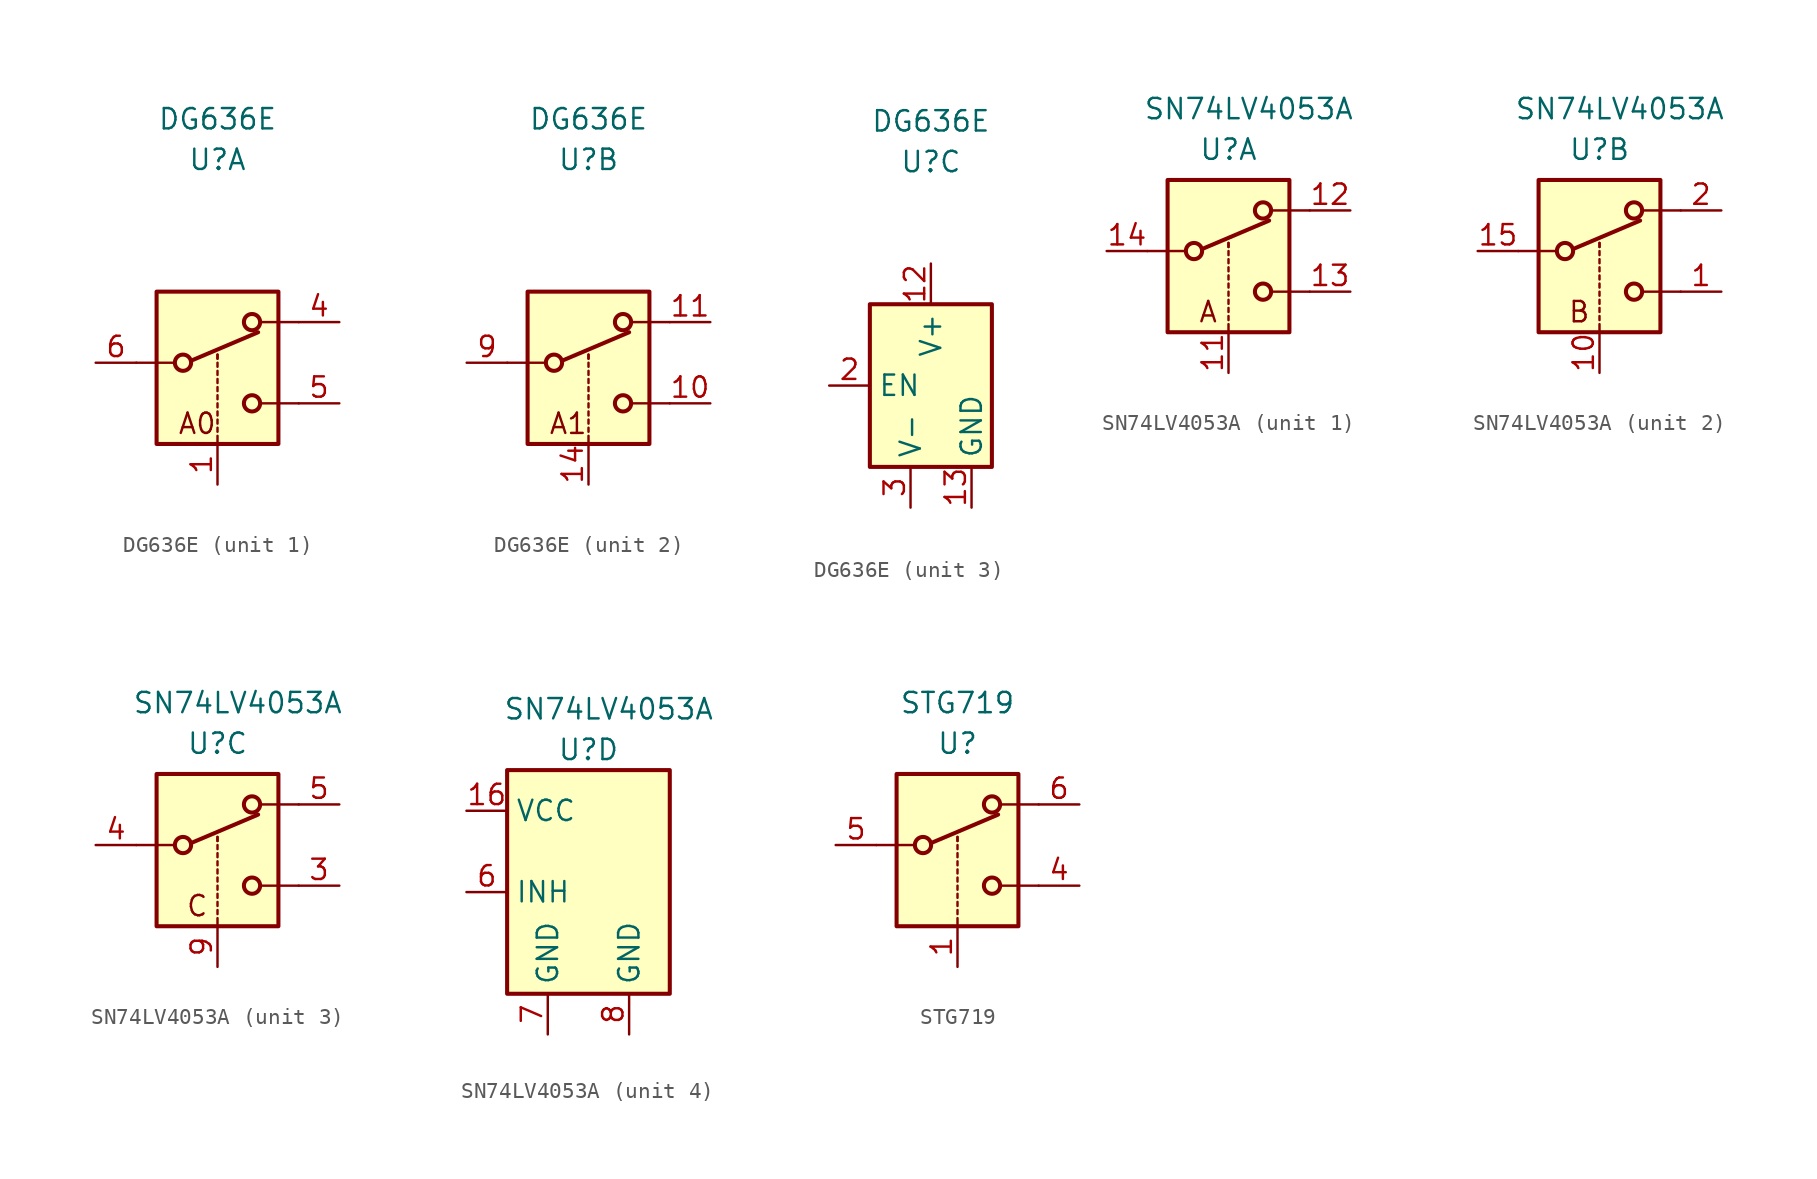
<source format=kicad_sym>
(kicad_symbol_lib
  (version 20211014)
  (generator kicad_symbol_editor)
  (symbol "DG636E"
    (property "Reference" "U"
      (at 0 12.7 0)
      (effects (font (size 1.27 1.27))))
    (property "Value" "DG636E"
      (at 0 15.24 0)
      (effects (font (size 1.27 1.27))))
    (symbol "DG636E_1_1"
      (rectangle (start -3.81 4.445) (end 3.81 -5.08) (stroke (width 0.254) (type default) (color 0 0 0 0)) (fill (type background)))
      (circle (center -2.159 0) (radius 0.508) (stroke (width 0.254) (type default) (color 0 0 0 0)) (fill (type none)))
      (polyline (pts (xy -5.08 0) (xy -2.794 0)) (stroke (width 0) (type default) (color 0 0 0 0)) (fill (type none)))
      (polyline (pts (xy -1.651 0.127) (xy 2.54 1.905)) (stroke (width 0.254) (type default) (color 0 0 0 0)) (fill (type none)))
      (polyline (pts (xy 0 -5.08) (xy 0 -4.572)) (stroke (width 0) (type default) (color 0 0 0 0)) (fill (type none)))
      (polyline (pts (xy 0 -4.318) (xy 0 -4.064)) (stroke (width 0) (type default) (color 0 0 0 0)) (fill (type none)))
      (polyline (pts (xy 0 -3.81) (xy 0 -3.556)) (stroke (width 0) (type default) (color 0 0 0 0)) (fill (type none)))
      (polyline (pts (xy 0 -3.302) (xy 0 -3.048)) (stroke (width 0) (type default) (color 0 0 0 0)) (fill (type none)))
      (polyline (pts (xy 0 -2.794) (xy 0 -2.54)) (stroke (width 0) (type default) (color 0 0 0 0)) (fill (type none)))
      (polyline (pts (xy 0 -2.286) (xy 0 -2.032)) (stroke (width 0) (type default) (color 0 0 0 0)) (fill (type none)))
      (polyline (pts (xy 0 -1.778) (xy 0 -1.524)) (stroke (width 0) (type default) (color 0 0 0 0)) (fill (type none)))
      (polyline (pts (xy 0 -1.27) (xy 0 -1.016)) (stroke (width 0) (type default) (color 0 0 0 0)) (fill (type none)))
      (polyline (pts (xy 0 -0.762) (xy 0 -0.508)) (stroke (width 0) (type default) (color 0 0 0 0)) (fill (type none)))
      (polyline (pts (xy 0 -0.254) (xy 0 0)) (stroke (width 0) (type default) (color 0 0 0 0)) (fill (type none)))
      (polyline (pts (xy 0 0.254) (xy 0 0.508)) (stroke (width 0) (type default) (color 0 0 0 0)) (fill (type none)))
      (polyline (pts (xy 0 0.254) (xy 0 0.508)) (stroke (width 0) (type default) (color 0 0 0 0)) (fill (type none)))
      (polyline (pts (xy 5.08 -2.54) (xy 2.794 -2.54)) (stroke (width 0) (type default) (color 0 0 0 0)) (fill (type none)))
      (polyline (pts (xy 5.08 2.54) (xy 2.794 2.54)) (stroke (width 0) (type default) (color 0 0 0 0)) (fill (type none)))
      (circle (center 2.159 -2.54) (radius 0.508) (stroke (width 0.254) (type default) (color 0 0 0 0)) (fill (type none)))
      (circle (center 2.159 2.54) (radius 0.508) (stroke (width 0.254) (type default) (color 0 0 0 0)) (fill (type none)))
      (text "A0" (at -1.27 -3.81 0) (effects (font (size 1.27 1.27))))
      (pin input line (at 0 -7.62 90) (length 2.54) (name "~" (effects (font (size 1.27 1.27)))) (number "1" (effects (font (size 1.27 1.27)))))
      (pin passive line (at 7.62 2.54 180) (length 2.54) (name "~" (effects (font (size 1.27 1.27)))) (number "4" (effects (font (size 1.27 1.27)))))
      (pin passive line (at 7.62 -2.54 180) (length 2.54) (name "~" (effects (font (size 1.27 1.27)))) (number "5" (effects (font (size 1.27 1.27)))))
      (pin passive line (at -7.62 0 0) (length 2.54) (name "~" (effects (font (size 1.27 1.27)))) (number "6" (effects (font (size 1.27 1.27))))))
    (symbol "DG636E_2_1"
      (rectangle (start -3.81 4.445) (end 3.81 -5.08) (stroke (width 0.254) (type default) (color 0 0 0 0)) (fill (type background)))
      (circle (center -2.159 0) (radius 0.508) (stroke (width 0.254) (type default) (color 0 0 0 0)) (fill (type none)))
      (polyline (pts (xy -5.08 0) (xy -2.794 0)) (stroke (width 0) (type default) (color 0 0 0 0)) (fill (type none)))
      (polyline (pts (xy -1.651 0.127) (xy 2.54 1.905)) (stroke (width 0.254) (type default) (color 0 0 0 0)) (fill (type none)))
      (polyline (pts (xy 0 -5.08) (xy 0 -4.572)) (stroke (width 0) (type default) (color 0 0 0 0)) (fill (type none)))
      (polyline (pts (xy 0 -4.318) (xy 0 -4.064)) (stroke (width 0) (type default) (color 0 0 0 0)) (fill (type none)))
      (polyline (pts (xy 0 -3.81) (xy 0 -3.556)) (stroke (width 0) (type default) (color 0 0 0 0)) (fill (type none)))
      (polyline (pts (xy 0 -3.302) (xy 0 -3.048)) (stroke (width 0) (type default) (color 0 0 0 0)) (fill (type none)))
      (polyline (pts (xy 0 -2.794) (xy 0 -2.54)) (stroke (width 0) (type default) (color 0 0 0 0)) (fill (type none)))
      (polyline (pts (xy 0 -2.286) (xy 0 -2.032)) (stroke (width 0) (type default) (color 0 0 0 0)) (fill (type none)))
      (polyline (pts (xy 0 -1.778) (xy 0 -1.524)) (stroke (width 0) (type default) (color 0 0 0 0)) (fill (type none)))
      (polyline (pts (xy 0 -1.27) (xy 0 -1.016)) (stroke (width 0) (type default) (color 0 0 0 0)) (fill (type none)))
      (polyline (pts (xy 0 -0.762) (xy 0 -0.508)) (stroke (width 0) (type default) (color 0 0 0 0)) (fill (type none)))
      (polyline (pts (xy 0 -0.254) (xy 0 0)) (stroke (width 0) (type default) (color 0 0 0 0)) (fill (type none)))
      (polyline (pts (xy 0 0.254) (xy 0 0.508)) (stroke (width 0) (type default) (color 0 0 0 0)) (fill (type none)))
      (polyline (pts (xy 0 0.254) (xy 0 0.508)) (stroke (width 0) (type default) (color 0 0 0 0)) (fill (type none)))
      (polyline (pts (xy 5.08 -2.54) (xy 2.794 -2.54)) (stroke (width 0) (type default) (color 0 0 0 0)) (fill (type none)))
      (polyline (pts (xy 5.08 2.54) (xy 2.794 2.54)) (stroke (width 0) (type default) (color 0 0 0 0)) (fill (type none)))
      (circle (center 2.159 -2.54) (radius 0.508) (stroke (width 0.254) (type default) (color 0 0 0 0)) (fill (type none)))
      (circle (center 2.159 2.54) (radius 0.508) (stroke (width 0.254) (type default) (color 0 0 0 0)) (fill (type none)))
      (text "A1" (at -1.27 -3.81 0) (effects (font (size 1.27 1.27))))
      (pin passive line (at 7.62 -2.54 180) (length 2.54) (name "~" (effects (font (size 1.27 1.27)))) (number "10" (effects (font (size 1.27 1.27)))))
      (pin passive line (at 7.62 2.54 180) (length 2.54) (name "~" (effects (font (size 1.27 1.27)))) (number "11" (effects (font (size 1.27 1.27)))))
      (pin input line (at 0 -7.62 90) (length 2.54) (name "~" (effects (font (size 1.27 1.27)))) (number "14" (effects (font (size 1.27 1.27)))))
      (pin passive line (at -7.62 0 0) (length 2.54) (name "~" (effects (font (size 1.27 1.27)))) (number "9" (effects (font (size 1.27 1.27))))))
    (symbol "DG636E_3_1"
      (rectangle (start -3.81 3.81) (end 3.81 -6.35) (stroke (width 0.254) (type default) (color 0 0 0 0)) (fill (type background)))
      (pin passive line (at 0 6.35 270) (length 2.54) (name "V+" (effects (font (size 1.27 1.27)))) (number "12" (effects (font (size 1.27 1.27)))))
      (pin passive line (at 2.54 -8.89 90) (length 2.54) (name "GND" (effects (font (size 1.27 1.27)))) (number "13" (effects (font (size 1.27 1.27)))))
      (pin passive line (at -6.35 -1.27 0) (length 2.54) (name "EN" (effects (font (size 1.27 1.27)))) (number "2" (effects (font (size 1.27 1.27)))))
      (pin passive line (at -1.27 -8.89 90) (length 2.54) (name "V-" (effects (font (size 1.27 1.27)))) (number "3" (effects (font (size 1.27 1.27)))))))
  (symbol "SN74LV4053A"
    (property "Reference" "U"
      (at 0 6.35 0)
      (effects (font (size 1.27 1.27))))
    (property "Value" "SN74LV4053A"
      (at 1.27 8.89 0)
      (effects (font (size 1.27 1.27))))
    (symbol "SN74LV4053A_1_1"
      (rectangle (start -3.81 4.445) (end 3.81 -5.08) (stroke (width 0.254) (type default) (color 0 0 0 0)) (fill (type background)))
      (circle (center -2.159 0) (radius 0.508) (stroke (width 0.254) (type default) (color 0 0 0 0)) (fill (type none)))
      (polyline (pts (xy -5.08 0) (xy -2.794 0)) (stroke (width 0) (type default) (color 0 0 0 0)) (fill (type none)))
      (polyline (pts (xy -1.651 0.127) (xy 2.54 1.905)) (stroke (width 0.254) (type default) (color 0 0 0 0)) (fill (type none)))
      (polyline (pts (xy 0 -5.08) (xy 0 -4.572)) (stroke (width 0) (type default) (color 0 0 0 0)) (fill (type none)))
      (polyline (pts (xy 0 -4.318) (xy 0 -4.064)) (stroke (width 0) (type default) (color 0 0 0 0)) (fill (type none)))
      (polyline (pts (xy 0 -3.81) (xy 0 -3.556)) (stroke (width 0) (type default) (color 0 0 0 0)) (fill (type none)))
      (polyline (pts (xy 0 -3.302) (xy 0 -3.048)) (stroke (width 0) (type default) (color 0 0 0 0)) (fill (type none)))
      (polyline (pts (xy 0 -2.794) (xy 0 -2.54)) (stroke (width 0) (type default) (color 0 0 0 0)) (fill (type none)))
      (polyline (pts (xy 0 -2.286) (xy 0 -2.032)) (stroke (width 0) (type default) (color 0 0 0 0)) (fill (type none)))
      (polyline (pts (xy 0 -1.778) (xy 0 -1.524)) (stroke (width 0) (type default) (color 0 0 0 0)) (fill (type none)))
      (polyline (pts (xy 0 -1.27) (xy 0 -1.016)) (stroke (width 0) (type default) (color 0 0 0 0)) (fill (type none)))
      (polyline (pts (xy 0 -0.762) (xy 0 -0.508)) (stroke (width 0) (type default) (color 0 0 0 0)) (fill (type none)))
      (polyline (pts (xy 0 -0.254) (xy 0 0)) (stroke (width 0) (type default) (color 0 0 0 0)) (fill (type none)))
      (polyline (pts (xy 0 0.254) (xy 0 0.508)) (stroke (width 0) (type default) (color 0 0 0 0)) (fill (type none)))
      (polyline (pts (xy 0 0.254) (xy 0 0.508)) (stroke (width 0) (type default) (color 0 0 0 0)) (fill (type none)))
      (polyline (pts (xy 5.08 -2.54) (xy 2.794 -2.54)) (stroke (width 0) (type default) (color 0 0 0 0)) (fill (type none)))
      (polyline (pts (xy 5.08 2.54) (xy 2.794 2.54)) (stroke (width 0) (type default) (color 0 0 0 0)) (fill (type none)))
      (circle (center 2.159 -2.54) (radius 0.508) (stroke (width 0.254) (type default) (color 0 0 0 0)) (fill (type none)))
      (circle (center 2.159 2.54) (radius 0.508) (stroke (width 0.254) (type default) (color 0 0 0 0)) (fill (type none)))
      (text "A" (at -1.27 -3.81 0) (effects (font (size 1.27 1.27))))
      (pin input line (at 0 -7.62 90) (length 2.54) (name "~" (effects (font (size 1.27 1.27)))) (number "11" (effects (font (size 1.27 1.27)))))
      (pin passive line (at 7.62 2.54 180) (length 2.54) (name "~" (effects (font (size 1.27 1.27)))) (number "12" (effects (font (size 1.27 1.27)))))
      (pin passive line (at 7.62 -2.54 180) (length 2.54) (name "~" (effects (font (size 1.27 1.27)))) (number "13" (effects (font (size 1.27 1.27)))))
      (pin passive line (at -7.62 0 0) (length 2.54) (name "~" (effects (font (size 1.27 1.27)))) (number "14" (effects (font (size 1.27 1.27))))))
    (symbol "SN74LV4053A_2_1"
      (rectangle (start -3.81 4.445) (end 3.81 -5.08) (stroke (width 0.254) (type default) (color 0 0 0 0)) (fill (type background)))
      (circle (center -2.159 0) (radius 0.508) (stroke (width 0.254) (type default) (color 0 0 0 0)) (fill (type none)))
      (polyline (pts (xy -5.08 0) (xy -2.794 0)) (stroke (width 0) (type default) (color 0 0 0 0)) (fill (type none)))
      (polyline (pts (xy -1.651 0.127) (xy 2.54 1.905)) (stroke (width 0.254) (type default) (color 0 0 0 0)) (fill (type none)))
      (polyline (pts (xy 0 -5.08) (xy 0 -4.572)) (stroke (width 0) (type default) (color 0 0 0 0)) (fill (type none)))
      (polyline (pts (xy 0 -4.318) (xy 0 -4.064)) (stroke (width 0) (type default) (color 0 0 0 0)) (fill (type none)))
      (polyline (pts (xy 0 -3.81) (xy 0 -3.556)) (stroke (width 0) (type default) (color 0 0 0 0)) (fill (type none)))
      (polyline (pts (xy 0 -3.302) (xy 0 -3.048)) (stroke (width 0) (type default) (color 0 0 0 0)) (fill (type none)))
      (polyline (pts (xy 0 -2.794) (xy 0 -2.54)) (stroke (width 0) (type default) (color 0 0 0 0)) (fill (type none)))
      (polyline (pts (xy 0 -2.286) (xy 0 -2.032)) (stroke (width 0) (type default) (color 0 0 0 0)) (fill (type none)))
      (polyline (pts (xy 0 -1.778) (xy 0 -1.524)) (stroke (width 0) (type default) (color 0 0 0 0)) (fill (type none)))
      (polyline (pts (xy 0 -1.27) (xy 0 -1.016)) (stroke (width 0) (type default) (color 0 0 0 0)) (fill (type none)))
      (polyline (pts (xy 0 -0.762) (xy 0 -0.508)) (stroke (width 0) (type default) (color 0 0 0 0)) (fill (type none)))
      (polyline (pts (xy 0 -0.254) (xy 0 0)) (stroke (width 0) (type default) (color 0 0 0 0)) (fill (type none)))
      (polyline (pts (xy 0 0.254) (xy 0 0.508)) (stroke (width 0) (type default) (color 0 0 0 0)) (fill (type none)))
      (polyline (pts (xy 0 0.254) (xy 0 0.508)) (stroke (width 0) (type default) (color 0 0 0 0)) (fill (type none)))
      (polyline (pts (xy 5.08 -2.54) (xy 2.794 -2.54)) (stroke (width 0) (type default) (color 0 0 0 0)) (fill (type none)))
      (polyline (pts (xy 5.08 2.54) (xy 2.794 2.54)) (stroke (width 0) (type default) (color 0 0 0 0)) (fill (type none)))
      (circle (center 2.159 -2.54) (radius 0.508) (stroke (width 0.254) (type default) (color 0 0 0 0)) (fill (type none)))
      (circle (center 2.159 2.54) (radius 0.508) (stroke (width 0.254) (type default) (color 0 0 0 0)) (fill (type none)))
      (text "B" (at -1.27 -3.81 0) (effects (font (size 1.27 1.27))))
      (pin passive line (at 7.62 -2.54 180) (length 2.54) (name "~" (effects (font (size 1.27 1.27)))) (number "1" (effects (font (size 1.27 1.27)))))
      (pin input line (at 0 -7.62 90) (length 2.54) (name "~" (effects (font (size 1.27 1.27)))) (number "10" (effects (font (size 1.27 1.27)))))
      (pin passive line (at -7.62 0 0) (length 2.54) (name "~" (effects (font (size 1.27 1.27)))) (number "15" (effects (font (size 1.27 1.27)))))
      (pin passive line (at 7.62 2.54 180) (length 2.54) (name "~" (effects (font (size 1.27 1.27)))) (number "2" (effects (font (size 1.27 1.27))))))
    (symbol "SN74LV4053A_3_1"
      (rectangle (start -3.81 4.445) (end 3.81 -5.08) (stroke (width 0.254) (type default) (color 0 0 0 0)) (fill (type background)))
      (circle (center -2.159 0) (radius 0.508) (stroke (width 0.254) (type default) (color 0 0 0 0)) (fill (type none)))
      (polyline (pts (xy -5.08 0) (xy -2.794 0)) (stroke (width 0) (type default) (color 0 0 0 0)) (fill (type none)))
      (polyline (pts (xy -1.651 0.127) (xy 2.54 1.905)) (stroke (width 0.254) (type default) (color 0 0 0 0)) (fill (type none)))
      (polyline (pts (xy 0 -5.08) (xy 0 -4.572)) (stroke (width 0) (type default) (color 0 0 0 0)) (fill (type none)))
      (polyline (pts (xy 0 -4.318) (xy 0 -4.064)) (stroke (width 0) (type default) (color 0 0 0 0)) (fill (type none)))
      (polyline (pts (xy 0 -3.81) (xy 0 -3.556)) (stroke (width 0) (type default) (color 0 0 0 0)) (fill (type none)))
      (polyline (pts (xy 0 -3.302) (xy 0 -3.048)) (stroke (width 0) (type default) (color 0 0 0 0)) (fill (type none)))
      (polyline (pts (xy 0 -2.794) (xy 0 -2.54)) (stroke (width 0) (type default) (color 0 0 0 0)) (fill (type none)))
      (polyline (pts (xy 0 -2.286) (xy 0 -2.032)) (stroke (width 0) (type default) (color 0 0 0 0)) (fill (type none)))
      (polyline (pts (xy 0 -1.778) (xy 0 -1.524)) (stroke (width 0) (type default) (color 0 0 0 0)) (fill (type none)))
      (polyline (pts (xy 0 -1.27) (xy 0 -1.016)) (stroke (width 0) (type default) (color 0 0 0 0)) (fill (type none)))
      (polyline (pts (xy 0 -0.762) (xy 0 -0.508)) (stroke (width 0) (type default) (color 0 0 0 0)) (fill (type none)))
      (polyline (pts (xy 0 -0.254) (xy 0 0)) (stroke (width 0) (type default) (color 0 0 0 0)) (fill (type none)))
      (polyline (pts (xy 0 0.254) (xy 0 0.508)) (stroke (width 0) (type default) (color 0 0 0 0)) (fill (type none)))
      (polyline (pts (xy 0 0.254) (xy 0 0.508)) (stroke (width 0) (type default) (color 0 0 0 0)) (fill (type none)))
      (polyline (pts (xy 5.08 -2.54) (xy 2.794 -2.54)) (stroke (width 0) (type default) (color 0 0 0 0)) (fill (type none)))
      (polyline (pts (xy 5.08 2.54) (xy 2.794 2.54)) (stroke (width 0) (type default) (color 0 0 0 0)) (fill (type none)))
      (circle (center 2.159 -2.54) (radius 0.508) (stroke (width 0.254) (type default) (color 0 0 0 0)) (fill (type none)))
      (circle (center 2.159 2.54) (radius 0.508) (stroke (width 0.254) (type default) (color 0 0 0 0)) (fill (type none)))
      (text "C" (at -1.27 -3.81 0) (effects (font (size 1.27 1.27))))
      (pin passive line (at 7.62 -2.54 180) (length 2.54) (name "~" (effects (font (size 1.27 1.27)))) (number "3" (effects (font (size 1.27 1.27)))))
      (pin passive line (at -7.62 0 0) (length 2.54) (name "~" (effects (font (size 1.27 1.27)))) (number "4" (effects (font (size 1.27 1.27)))))
      (pin passive line (at 7.62 2.54 180) (length 2.54) (name "~" (effects (font (size 1.27 1.27)))) (number "5" (effects (font (size 1.27 1.27)))))
      (pin input line (at 0 -7.62 90) (length 2.54) (name "~" (effects (font (size 1.27 1.27)))) (number "9" (effects (font (size 1.27 1.27))))))
    (symbol "SN74LV4053A_4_1"
      (rectangle (start -5.08 5.08) (end 5.08 -8.89) (stroke (width 0.254) (type default) (color 0 0 0 0)) (fill (type background)))
      (pin passive line (at -7.62 2.54 0) (length 2.54) (name "VCC" (effects (font (size 1.27 1.27)))) (number "16" (effects (font (size 1.27 1.27)))))
      (pin passive line (at -7.62 -2.54 0) (length 2.54) (name "INH" (effects (font (size 1.27 1.27)))) (number "6" (effects (font (size 1.27 1.27)))))
      (pin passive line (at -2.54 -11.43 90) (length 2.54) (name "GND" (effects (font (size 1.27 1.27)))) (number "7" (effects (font (size 1.27 1.27)))))
      (pin passive line (at 2.54 -11.43 90) (length 2.54) (name "GND" (effects (font (size 1.27 1.27)))) (number "8" (effects (font (size 1.27 1.27)))))))
  (symbol "STG719"
    (property "Reference" "U"
      (at 0 6.35 0)
      (effects (font (size 1.27 1.27))))
    (property "Value" "STG719"
      (at 0 8.89 0)
      (effects (font (size 1.27 1.27))))
    (symbol "STG719_1_1"
      (rectangle (start -3.81 4.445) (end 3.81 -5.08) (stroke (width 0.254) (type default) (color 0 0 0 0)) (fill (type background)))
      (circle (center -2.159 0) (radius 0.508) (stroke (width 0.254) (type default) (color 0 0 0 0)) (fill (type none)))
      (polyline (pts (xy -5.08 0) (xy -2.794 0)) (stroke (width 0) (type default) (color 0 0 0 0)) (fill (type none)))
      (polyline (pts (xy -1.651 0.127) (xy 2.54 1.905)) (stroke (width 0.254) (type default) (color 0 0 0 0)) (fill (type none)))
      (polyline (pts (xy 0 -5.08) (xy 0 -4.572)) (stroke (width 0) (type default) (color 0 0 0 0)) (fill (type none)))
      (polyline (pts (xy 0 -4.318) (xy 0 -4.064)) (stroke (width 0) (type default) (color 0 0 0 0)) (fill (type none)))
      (polyline (pts (xy 0 -3.81) (xy 0 -3.556)) (stroke (width 0) (type default) (color 0 0 0 0)) (fill (type none)))
      (polyline (pts (xy 0 -3.302) (xy 0 -3.048)) (stroke (width 0) (type default) (color 0 0 0 0)) (fill (type none)))
      (polyline (pts (xy 0 -2.794) (xy 0 -2.54)) (stroke (width 0) (type default) (color 0 0 0 0)) (fill (type none)))
      (polyline (pts (xy 0 -2.286) (xy 0 -2.032)) (stroke (width 0) (type default) (color 0 0 0 0)) (fill (type none)))
      (polyline (pts (xy 0 -1.778) (xy 0 -1.524)) (stroke (width 0) (type default) (color 0 0 0 0)) (fill (type none)))
      (polyline (pts (xy 0 -1.27) (xy 0 -1.016)) (stroke (width 0) (type default) (color 0 0 0 0)) (fill (type none)))
      (polyline (pts (xy 0 -0.762) (xy 0 -0.508)) (stroke (width 0) (type default) (color 0 0 0 0)) (fill (type none)))
      (polyline (pts (xy 0 -0.254) (xy 0 0)) (stroke (width 0) (type default) (color 0 0 0 0)) (fill (type none)))
      (polyline (pts (xy 0 0.254) (xy 0 0.508)) (stroke (width 0) (type default) (color 0 0 0 0)) (fill (type none)))
      (polyline (pts (xy 0 0.254) (xy 0 0.508)) (stroke (width 0) (type default) (color 0 0 0 0)) (fill (type none)))
      (polyline (pts (xy 5.08 -2.54) (xy 2.794 -2.54)) (stroke (width 0) (type default) (color 0 0 0 0)) (fill (type none)))
      (polyline (pts (xy 5.08 2.54) (xy 2.794 2.54)) (stroke (width 0) (type default) (color 0 0 0 0)) (fill (type none)))
      (circle (center 2.159 -2.54) (radius 0.508) (stroke (width 0.254) (type default) (color 0 0 0 0)) (fill (type none)))
      (circle (center 2.159 2.54) (radius 0.508) (stroke (width 0.254) (type default) (color 0 0 0 0)) (fill (type none)))
      (pin input line (at 0 -7.62 90) (length 2.54) (name "~" (effects (font (size 1.27 1.27)))) (number "1" (effects (font (size 1.27 1.27)))))
      (pin passive line (at 7.62 -2.54 180) (length 2.54) (name "~" (effects (font (size 1.27 1.27)))) (number "4" (effects (font (size 1.27 1.27)))))
      (pin passive line (at -7.62 0 0) (length 2.54) (name "~" (effects (font (size 1.27 1.27)))) (number "5" (effects (font (size 1.27 1.27)))))
      (pin passive line (at 7.62 2.54 180) (length 2.54) (name "~" (effects (font (size 1.27 1.27)))) (number "6" (effects (font (size 1.27 1.27))))))))
</source>
